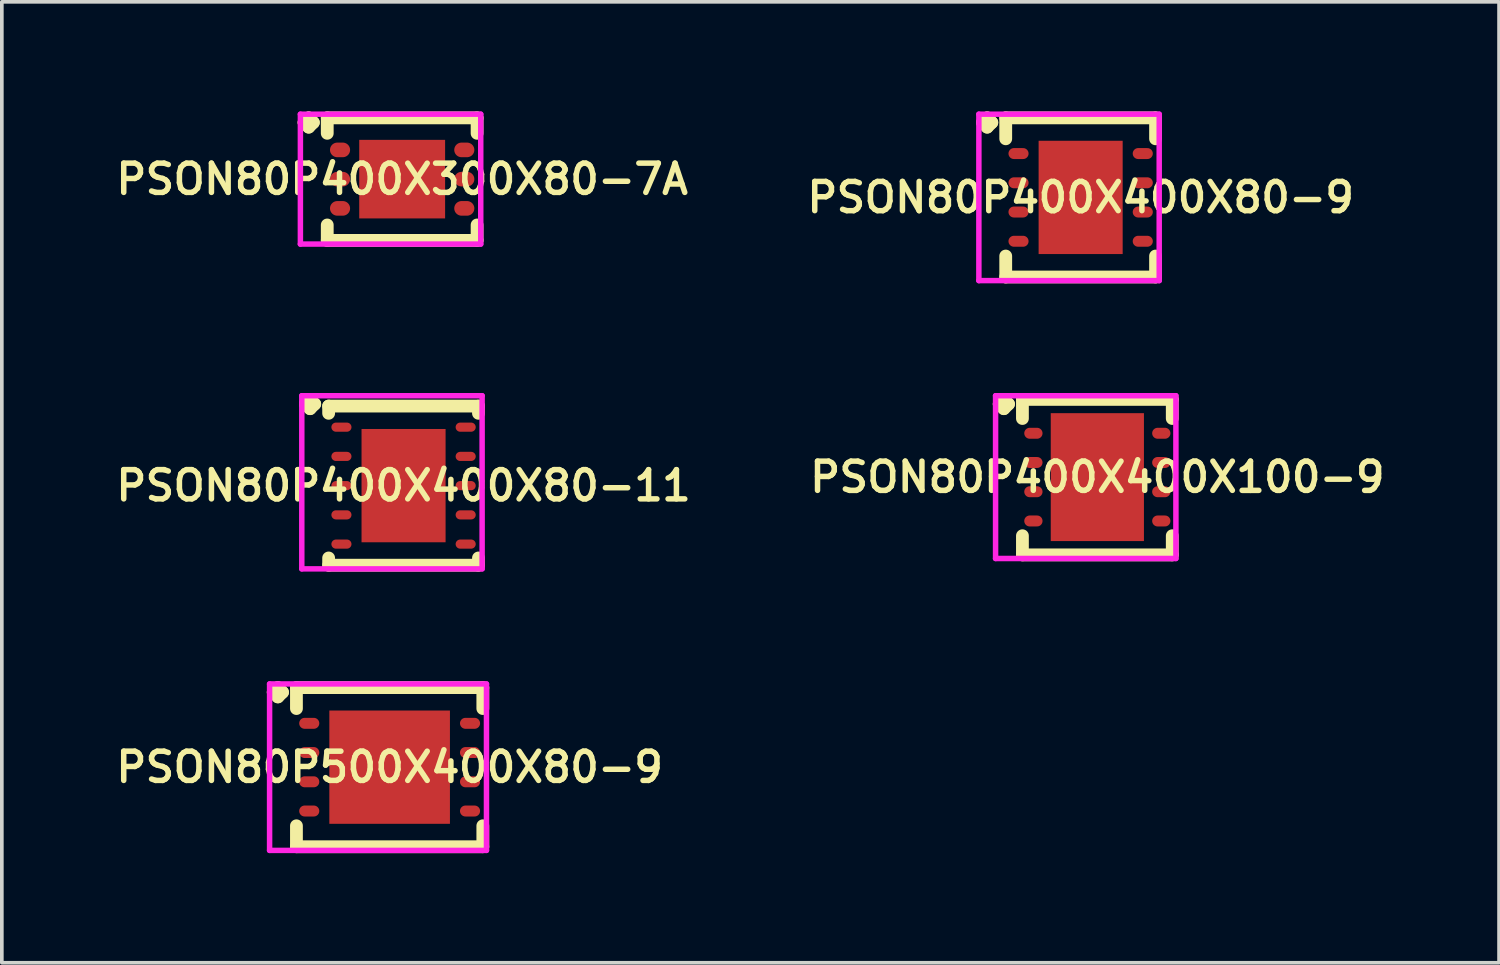
<source format=kicad_pcb>
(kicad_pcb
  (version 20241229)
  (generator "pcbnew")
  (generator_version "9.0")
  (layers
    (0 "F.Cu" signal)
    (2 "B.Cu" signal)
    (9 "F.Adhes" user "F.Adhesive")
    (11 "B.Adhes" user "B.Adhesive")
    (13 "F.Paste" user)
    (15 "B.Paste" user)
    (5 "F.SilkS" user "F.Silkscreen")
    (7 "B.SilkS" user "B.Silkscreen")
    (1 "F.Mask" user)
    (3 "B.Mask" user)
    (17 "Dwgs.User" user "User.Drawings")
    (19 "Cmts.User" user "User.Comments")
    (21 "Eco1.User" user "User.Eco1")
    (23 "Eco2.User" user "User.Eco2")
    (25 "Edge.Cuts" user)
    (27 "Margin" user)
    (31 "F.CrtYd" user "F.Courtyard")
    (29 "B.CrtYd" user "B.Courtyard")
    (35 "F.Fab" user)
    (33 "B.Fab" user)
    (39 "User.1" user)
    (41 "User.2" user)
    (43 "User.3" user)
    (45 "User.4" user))
  (footprint "PSON80P400X400X80-9"
    (layer "F.Cu")
    (at 26.521 2.352)
    (property "Reference" "PSON80P400X400X80-9" (at 0 0 0) (layer "F.SilkS") (effects (font (size 0.8 0.8) (thickness 0.15))))
    (attr smd)
    (fp_line (start -2.685 -2.05) (end -2.558 -2.177) (stroke (width 0.35) (type solid)) (layer "F.SilkS"))
    (fp_line (start -2.558 -2.177) (end -2.431 -2.05) (stroke (width 0.35) (type solid)) (layer "F.SilkS"))
    (fp_line (start -2.558 -1.923) (end -2.685 -2.05) (stroke (width 0.35) (type solid)) (layer "F.SilkS"))
    (fp_line (start -2.431 -2.05) (end -2.558 -1.923) (stroke (width 0.35) (type solid)) (layer "F.SilkS"))
    (fp_line (start -2.05 -2.177) (end 2.05 -2.177) (stroke (width 0.35) (type solid)) (layer "F.SilkS"))
    (fp_line (start -2.05 -1.604) (end -2.05 -2.177) (stroke (width 0.35) (type solid)) (layer "F.SilkS"))
    (fp_line (start -2.05 1.604) (end -2.05 2.177) (stroke (width 0.35) (type solid)) (layer "F.SilkS"))
    (fp_line (start -2.05 2.177) (end 2.05 2.177) (stroke (width 0.35) (type solid)) (layer "F.SilkS"))
    (fp_line (start 2.05 -2.177) (end 2.05 -1.604) (stroke (width 0.35) (type solid)) (layer "F.SilkS"))
    (fp_line (start 2.05 2.177) (end 2.05 1.604) (stroke (width 0.35) (type solid)) (layer "F.SilkS"))
    (fp_line (start -2.785 -2.277) (end 2.15 -2.277) (stroke (width 0.15) (type solid)) (layer "F.CrtYd"))
    (fp_line (start -2.785 2.277) (end -2.785 -2.277) (stroke (width 0.15) (type solid)) (layer "F.CrtYd"))
    (fp_line (start 2.15 -2.277) (end 2.15 2.277) (stroke (width 0.15) (type solid)) (layer "F.CrtYd"))
    (fp_line (start 2.15 2.277) (end -2.785 2.277) (stroke (width 0.15) (type solid)) (layer "F.CrtYd"))
    (pad "1" smd oval (at -1.7 -1.2) (size 0.55 0.3) (layers "F.Cu" "F.Mask" "F.Paste"))
    (pad "2" smd oval (at -1.7 -0.4) (size 0.55 0.3) (layers "F.Cu" "F.Mask" "F.Paste"))
    (pad "3" smd oval (at -1.7 0.4) (size 0.55 0.3) (layers "F.Cu" "F.Mask" "F.Paste"))
    (pad "4" smd oval (at -1.7 1.2) (size 0.55 0.3) (layers "F.Cu" "F.Mask" "F.Paste"))
    (pad "5" smd oval (at 1.7 1.2) (size 0.55 0.3) (layers "F.Cu" "F.Mask" "F.Paste"))
    (pad "6" smd oval (at 1.7 0.4) (size 0.55 0.3) (layers "F.Cu" "F.Mask" "F.Paste"))
    (pad "7" smd oval (at 1.7 -0.4) (size 0.55 0.3) (layers "F.Cu" "F.Mask" "F.Paste"))
    (pad "8" smd oval (at 1.7 -1.2) (size 0.55 0.3) (layers "F.Cu" "F.Mask" "F.Paste"))
    (pad "9" smd rect (at 0 0) (size 2.3 3.1) (layers "F.Cu" "F.Mask" "F.Paste")))
  (footprint "PSON80P500X400X80-9"
    (layer "F.Cu")
    (at 7.612 17.943)
    (property "Reference" "PSON80P500X400X80-9" (at 0 0 0) (layer "F.SilkS") (effects (font (size 0.8 0.8) (thickness 0.15))))
    (attr smd)
    (fp_line (start -3.185 -2.05) (end -3.058 -2.177) (stroke (width 0.35) (type solid)) (layer "F.SilkS"))
    (fp_line (start -3.058 -2.177) (end -2.931 -2.05) (stroke (width 0.35) (type solid)) (layer "F.SilkS"))
    (fp_line (start -3.058 -1.923) (end -3.185 -2.05) (stroke (width 0.35) (type solid)) (layer "F.SilkS"))
    (fp_line (start -2.931 -2.05) (end -3.058 -1.923) (stroke (width 0.35) (type solid)) (layer "F.SilkS"))
    (fp_line (start -2.55 -2.177) (end 2.55 -2.177) (stroke (width 0.35) (type solid)) (layer "F.SilkS"))
    (fp_line (start -2.55 -1.604) (end -2.55 -2.177) (stroke (width 0.35) (type solid)) (layer "F.SilkS"))
    (fp_line (start -2.55 1.604) (end -2.55 2.177) (stroke (width 0.35) (type solid)) (layer "F.SilkS"))
    (fp_line (start -2.55 2.177) (end 2.55 2.177) (stroke (width 0.35) (type solid)) (layer "F.SilkS"))
    (fp_line (start 2.55 -2.177) (end 2.55 -1.604) (stroke (width 0.35) (type solid)) (layer "F.SilkS"))
    (fp_line (start 2.55 2.177) (end 2.55 1.604) (stroke (width 0.35) (type solid)) (layer "F.SilkS"))
    (fp_line (start -3.285 -2.277) (end 2.65 -2.277) (stroke (width 0.15) (type solid)) (layer "F.CrtYd"))
    (fp_line (start -3.285 2.277) (end -3.285 -2.277) (stroke (width 0.15) (type solid)) (layer "F.CrtYd"))
    (fp_line (start 2.65 -2.277) (end 2.65 2.277) (stroke (width 0.15) (type solid)) (layer "F.CrtYd"))
    (fp_line (start 2.65 2.277) (end -3.285 2.277) (stroke (width 0.15) (type solid)) (layer "F.CrtYd"))
    (pad "1" smd oval (at -2.2 -1.2) (size 0.55 0.3) (layers "F.Cu" "F.Mask" "F.Paste"))
    (pad "2" smd oval (at -2.2 -0.4) (size 0.55 0.3) (layers "F.Cu" "F.Mask" "F.Paste"))
    (pad "3" smd oval (at -2.2 0.4) (size 0.55 0.3) (layers "F.Cu" "F.Mask" "F.Paste"))
    (pad "4" smd oval (at -2.2 1.2) (size 0.55 0.3) (layers "F.Cu" "F.Mask" "F.Paste"))
    (pad "5" smd oval (at 2.2 1.2) (size 0.55 0.3) (layers "F.Cu" "F.Mask" "F.Paste"))
    (pad "6" smd oval (at 2.2 0.4) (size 0.55 0.3) (layers "F.Cu" "F.Mask" "F.Paste"))
    (pad "7" smd oval (at 2.2 -0.4) (size 0.55 0.3) (layers "F.Cu" "F.Mask" "F.Paste"))
    (pad "8" smd oval (at 2.2 -1.2) (size 0.55 0.3) (layers "F.Cu" "F.Mask" "F.Paste"))
    (pad "9" smd rect (at 0 0) (size 3.3 3.1) (layers "F.Cu" "F.Mask" "F.Paste")))
  (footprint "PSON80P400X400X100-9"
    (layer "F.Cu")
    (at 26.978 10.006)
    (property "Reference" "PSON80P400X400X100-9" (at 0 0 0) (layer "F.SilkS") (effects (font (size 0.8 0.8) (thickness 0.15))))
    (attr smd)
    (fp_line (start -2.685 -2) (end -2.558 -2.127) (stroke (width 0.35) (type solid)) (layer "F.SilkS"))
    (fp_line (start -2.558 -2.127) (end -2.431 -2) (stroke (width 0.35) (type solid)) (layer "F.SilkS"))
    (fp_line (start -2.558 -1.873) (end -2.685 -2) (stroke (width 0.35) (type solid)) (layer "F.SilkS"))
    (fp_line (start -2.431 -2) (end -2.558 -1.873) (stroke (width 0.35) (type solid)) (layer "F.SilkS"))
    (fp_line (start -2.05 -2.127) (end 2.05 -2.127) (stroke (width 0.35) (type solid)) (layer "F.SilkS"))
    (fp_line (start -2.05 -1.604) (end -2.05 -2.127) (stroke (width 0.35) (type solid)) (layer "F.SilkS"))
    (fp_line (start -2.05 1.604) (end -2.05 2.127) (stroke (width 0.35) (type solid)) (layer "F.SilkS"))
    (fp_line (start -2.05 2.127) (end 2.05 2.127) (stroke (width 0.35) (type solid)) (layer "F.SilkS"))
    (fp_line (start 2.05 -2.127) (end 2.05 -1.604) (stroke (width 0.35) (type solid)) (layer "F.SilkS"))
    (fp_line (start 2.05 2.127) (end 2.05 1.604) (stroke (width 0.35) (type solid)) (layer "F.SilkS"))
    (fp_line (start -2.785 -2.227) (end 2.15 -2.227) (stroke (width 0.15) (type solid)) (layer "F.CrtYd"))
    (fp_line (start -2.785 2.227) (end -2.785 -2.227) (stroke (width 0.15) (type solid)) (layer "F.CrtYd"))
    (fp_line (start 2.15 -2.227) (end 2.15 2.227) (stroke (width 0.15) (type solid)) (layer "F.CrtYd"))
    (fp_line (start 2.15 2.227) (end -2.785 2.227) (stroke (width 0.15) (type solid)) (layer "F.CrtYd"))
    (pad "1" smd oval (at -1.75 -1.2) (size 0.5 0.3) (layers "F.Cu" "F.Mask" "F.Paste"))
    (pad "2" smd oval (at -1.75 -0.4) (size 0.5 0.3) (layers "F.Cu" "F.Mask" "F.Paste"))
    (pad "3" smd oval (at -1.75 0.4) (size 0.5 0.3) (layers "F.Cu" "F.Mask" "F.Paste"))
    (pad "4" smd oval (at -1.75 1.2) (size 0.5 0.3) (layers "F.Cu" "F.Mask" "F.Paste"))
    (pad "5" smd oval (at 1.75 1.2) (size 0.5 0.3) (layers "F.Cu" "F.Mask" "F.Paste"))
    (pad "6" smd oval (at 1.75 0.4) (size 0.5 0.3) (layers "F.Cu" "F.Mask" "F.Paste"))
    (pad "7" smd oval (at 1.75 -0.4) (size 0.5 0.3) (layers "F.Cu" "F.Mask" "F.Paste"))
    (pad "8" smd oval (at 1.75 -1.2) (size 0.5 0.3) (layers "F.Cu" "F.Mask" "F.Paste"))
    (pad "9" smd rect (at 0 0) (size 2.55 3.5) (layers "F.Cu" "F.Mask" "F.Paste")))
  (footprint "PSON80P400X300X80-7A"
    (layer "F.Cu")
    (at 7.955 1.852)
    (property "Reference" "PSON80P400X300X80-7A" (at 0 0 0) (layer "F.SilkS") (effects (font (size 0.8 0.8) (thickness 0.15))))
    (attr smd)
    (fp_line (start -2.685 -1.55) (end -2.558 -1.677) (stroke (width 0.35) (type solid)) (layer "F.SilkS"))
    (fp_line (start -2.558 -1.677) (end -2.431 -1.55) (stroke (width 0.35) (type solid)) (layer "F.SilkS"))
    (fp_line (start -2.558 -1.423) (end -2.685 -1.55) (stroke (width 0.35) (type solid)) (layer "F.SilkS"))
    (fp_line (start -2.431 -1.55) (end -2.558 -1.423) (stroke (width 0.35) (type solid)) (layer "F.SilkS"))
    (fp_line (start -2.05 -1.677) (end 2.05 -1.677) (stroke (width 0.35) (type solid)) (layer "F.SilkS"))
    (fp_line (start -2.05 -1.254) (end -2.05 -1.677) (stroke (width 0.35) (type solid)) (layer "F.SilkS"))
    (fp_line (start -2.05 1.254) (end -2.05 1.677) (stroke (width 0.35) (type solid)) (layer "F.SilkS"))
    (fp_line (start -2.05 1.677) (end 2.05 1.677) (stroke (width 0.35) (type solid)) (layer "F.SilkS"))
    (fp_line (start 2.05 -1.677) (end 2.05 -1.254) (stroke (width 0.35) (type solid)) (layer "F.SilkS"))
    (fp_line (start 2.05 1.677) (end 2.05 1.254) (stroke (width 0.35) (type solid)) (layer "F.SilkS"))
    (fp_line (start -2.785 -1.777) (end 2.15 -1.777) (stroke (width 0.15) (type solid)) (layer "F.CrtYd"))
    (fp_line (start -2.785 1.777) (end -2.785 -1.777) (stroke (width 0.15) (type solid)) (layer "F.CrtYd"))
    (fp_line (start 2.15 -1.777) (end 2.15 1.777) (stroke (width 0.15) (type solid)) (layer "F.CrtYd"))
    (fp_line (start 2.15 1.777) (end -2.785 1.777) (stroke (width 0.15) (type solid)) (layer "F.CrtYd"))
    (pad "1" smd oval (at -1.7 -0.8) (size 0.55 0.4) (layers "F.Cu" "F.Mask" "F.Paste"))
    (pad "2" smd oval (at -1.7 0) (size 0.55 0.4) (layers "F.Cu" "F.Mask" "F.Paste"))
    (pad "3" smd oval (at -1.7 0.8) (size 0.55 0.4) (layers "F.Cu" "F.Mask" "F.Paste"))
    (pad "4" smd oval (at 1.7 0.8) (size 0.55 0.4) (layers "F.Cu" "F.Mask" "F.Paste"))
    (pad "5" smd oval (at 1.7 0) (size 0.55 0.4) (layers "F.Cu" "F.Mask" "F.Paste"))
    (pad "6" smd oval (at 1.7 -0.8) (size 0.55 0.4) (layers "F.Cu" "F.Mask" "F.Paste"))
    (pad "7" smd rect (at 0 0) (size 2.35 2.15) (layers "F.Cu" "F.Mask" "F.Paste")))
  (footprint "PSON80P400X400X80-11"
    (layer "F.Cu")
    (at 7.993 10.239)
    (property "Reference" "PSON80P400X400X80-11" (at 0 0 0) (layer "F.SilkS") (effects (font (size 0.8 0.8) (thickness 0.15))))
    (attr through_hole)
    (fp_line (start -2.685 -2.233) (end -2.558 -2.36) (stroke (width 0.35) (type solid)) (layer "F.SilkS"))
    (fp_line (start -2.558 -2.36) (end -2.431 -2.233) (stroke (width 0.35) (type solid)) (layer "F.SilkS"))
    (fp_line (start -2.558 -2.106) (end -2.685 -2.233) (stroke (width 0.35) (type solid)) (layer "F.SilkS"))
    (fp_line (start -2.431 -2.233) (end -2.558 -2.106) (stroke (width 0.35) (type solid)) (layer "F.SilkS"))
    (fp_line (start -2.05 -2.177) (end 2.05 -2.177) (stroke (width 0.35) (type solid)) (layer "F.SilkS"))
    (fp_line (start -2.05 -1.979) (end -2.05 -2.177) (stroke (width 0.35) (type solid)) (layer "F.SilkS"))
    (fp_line (start -2.05 1.979) (end -2.05 2.177) (stroke (width 0.35) (type solid)) (layer "F.SilkS"))
    (fp_line (start -2.05 2.177) (end 2.05 2.177) (stroke (width 0.35) (type solid)) (layer "F.SilkS"))
    (fp_line (start 2.05 -2.177) (end 2.05 -1.979) (stroke (width 0.35) (type solid)) (layer "F.SilkS"))
    (fp_line (start 2.05 2.177) (end 2.05 1.979) (stroke (width 0.35) (type solid)) (layer "F.SilkS"))
    (fp_line (start -2.785 -2.46) (end 2.15 -2.46) (stroke (width 0.15) (type solid)) (layer "F.CrtYd"))
    (fp_line (start -2.785 2.277) (end -2.785 -2.46) (stroke (width 0.15) (type solid)) (layer "F.CrtYd"))
    (fp_line (start 2.15 -2.46) (end 2.15 2.277) (stroke (width 0.15) (type solid)) (layer "F.CrtYd"))
    (fp_line (start 2.15 2.277) (end -2.785 2.277) (stroke (width 0.15) (type solid)) (layer "F.CrtYd"))
    (pad "1" smd oval (at -1.7 -1.6) (size 0.55 0.25) (layers "F.Cu" "F.Mask" "F.Paste"))
    (pad "2" smd oval (at -1.7 -0.8) (size 0.55 0.25) (layers "F.Cu" "F.Mask" "F.Paste"))
    (pad "3" smd oval (at -1.7 0) (size 0.55 0.25) (layers "F.Cu" "F.Mask" "F.Paste"))
    (pad "4" smd oval (at -1.7 0.8) (size 0.55 0.25) (layers "F.Cu" "F.Mask" "F.Paste"))
    (pad "5" smd oval (at -1.7 1.6) (size 0.55 0.25) (layers "F.Cu" "F.Mask" "F.Paste"))
    (pad "6" smd oval (at 1.7 1.6) (size 0.55 0.25) (layers "F.Cu" "F.Mask" "F.Paste"))
    (pad "7" smd oval (at 1.7 0.8) (size 0.55 0.25) (layers "F.Cu" "F.Mask" "F.Paste"))
    (pad "8" smd oval (at 1.7 0) (size 0.55 0.25) (layers "F.Cu" "F.Mask" "F.Paste"))
    (pad "9" smd oval (at 1.7 -0.8) (size 0.55 0.25) (layers "F.Cu" "F.Mask" "F.Paste"))
    (pad "10" smd oval (at 1.7 -1.6) (size 0.55 0.25) (layers "F.Cu" "F.Mask" "F.Paste"))
    (pad "11" smd rect (at 0 0) (size 2.3 3.1) (layers "F.Cu" "F.Mask" "F.Paste")))
  (gr_rect
    (start -3 -3)
    (end 37.97 23.295)
    (stroke (width 0.1) (type default))
    (fill no)
    (layer "Edge.Cuts")))
</source>
